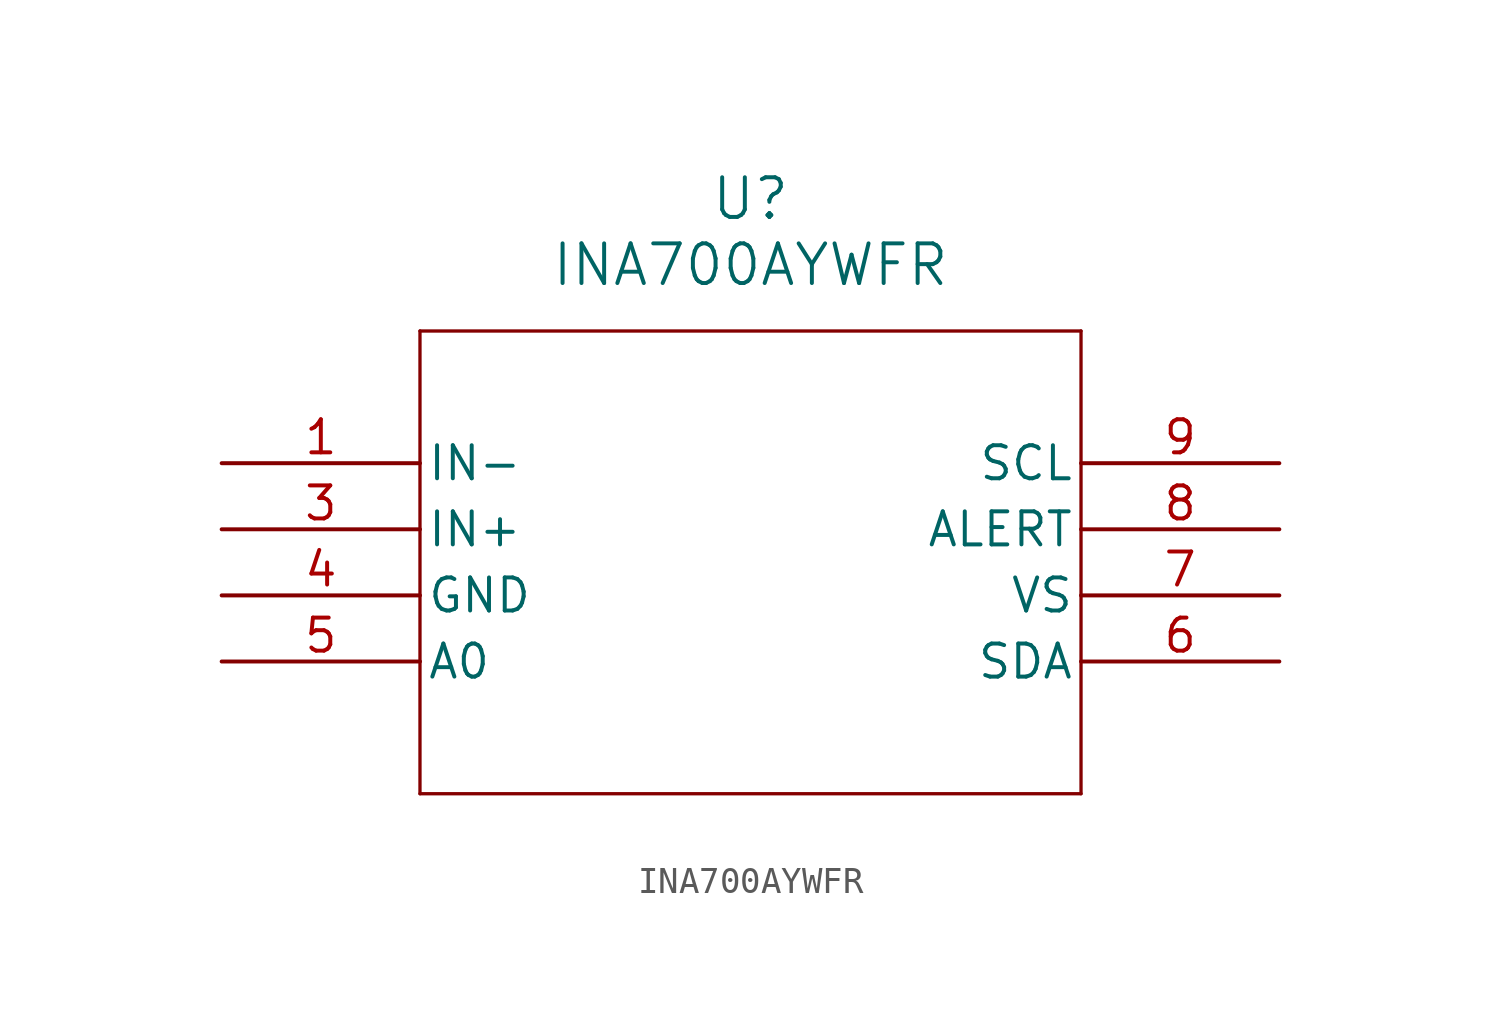
<source format=kicad_sym>
(kicad_symbol_lib
  (version 20211014)
  (generator kicad_symbol_editor)
  (symbol "INA700AYWFR"
    (pin_names
      (offset 0.254))
    (property "Reference" "U"
      (at 20.32 10.16 0)
      (effects (font (size 1.524 1.524))))
    (property "Value" "INA700AYWFR"
      (at 20.32 7.62 0)
      (effects (font (size 1.524 1.524))))
    (symbol "INA700AYWFR_0_1"
      (polyline (pts (xy 7.62 5.08) (xy 7.62 -12.7)) (stroke (width 0.127) (type default) (color 0 0 0 0)) (fill (type none)))
      (polyline (pts (xy 7.62 -12.7) (xy 33.02 -12.7)) (stroke (width 0.127) (type default) (color 0 0 0 0)) (fill (type none)))
      (polyline (pts (xy 33.02 -12.7) (xy 33.02 5.08)) (stroke (width 0.127) (type default) (color 0 0 0 0)) (fill (type none)))
      (polyline (pts (xy 33.02 5.08) (xy 7.62 5.08)) (stroke (width 0.127) (type default) (color 0 0 0 0)) (fill (type none)))
      (pin input line (at 0 0 0) (length 7.62) (name "IN-" (effects (font (size 1.27 1.27)))) (number "1" (effects (font (size 1.27 1.27)))))
      (pin input line (at 0 -2.54 0) (length 7.62) (name "IN+" (effects (font (size 1.27 1.27)))) (number "3" (effects (font (size 1.27 1.27)))))
      (pin power_out line (at 0 -5.08 0) (length 7.62) (name "GND" (effects (font (size 1.27 1.27)))) (number "4" (effects (font (size 1.27 1.27)))))
      (pin input line (at 0 -7.62 0) (length 7.62) (name "A0" (effects (font (size 1.27 1.27)))) (number "5" (effects (font (size 1.27 1.27)))))
      (pin bidirectional line (at 40.64 -7.62 180) (length 7.62) (name "SDA" (effects (font (size 1.27 1.27)))) (number "6" (effects (font (size 1.27 1.27)))))
      (pin power_in line (at 40.64 -5.08 180) (length 7.62) (name "VS" (effects (font (size 1.27 1.27)))) (number "7" (effects (font (size 1.27 1.27)))))
      (pin output line (at 40.64 -2.54 180) (length 7.62) (name "ALERT" (effects (font (size 1.27 1.27)))) (number "8" (effects (font (size 1.27 1.27)))))
      (pin input line (at 40.64 0 180) (length 7.62) (name "SCL" (effects (font (size 1.27 1.27)))) (number "9" (effects (font (size 1.27 1.27))))))))
</source>
